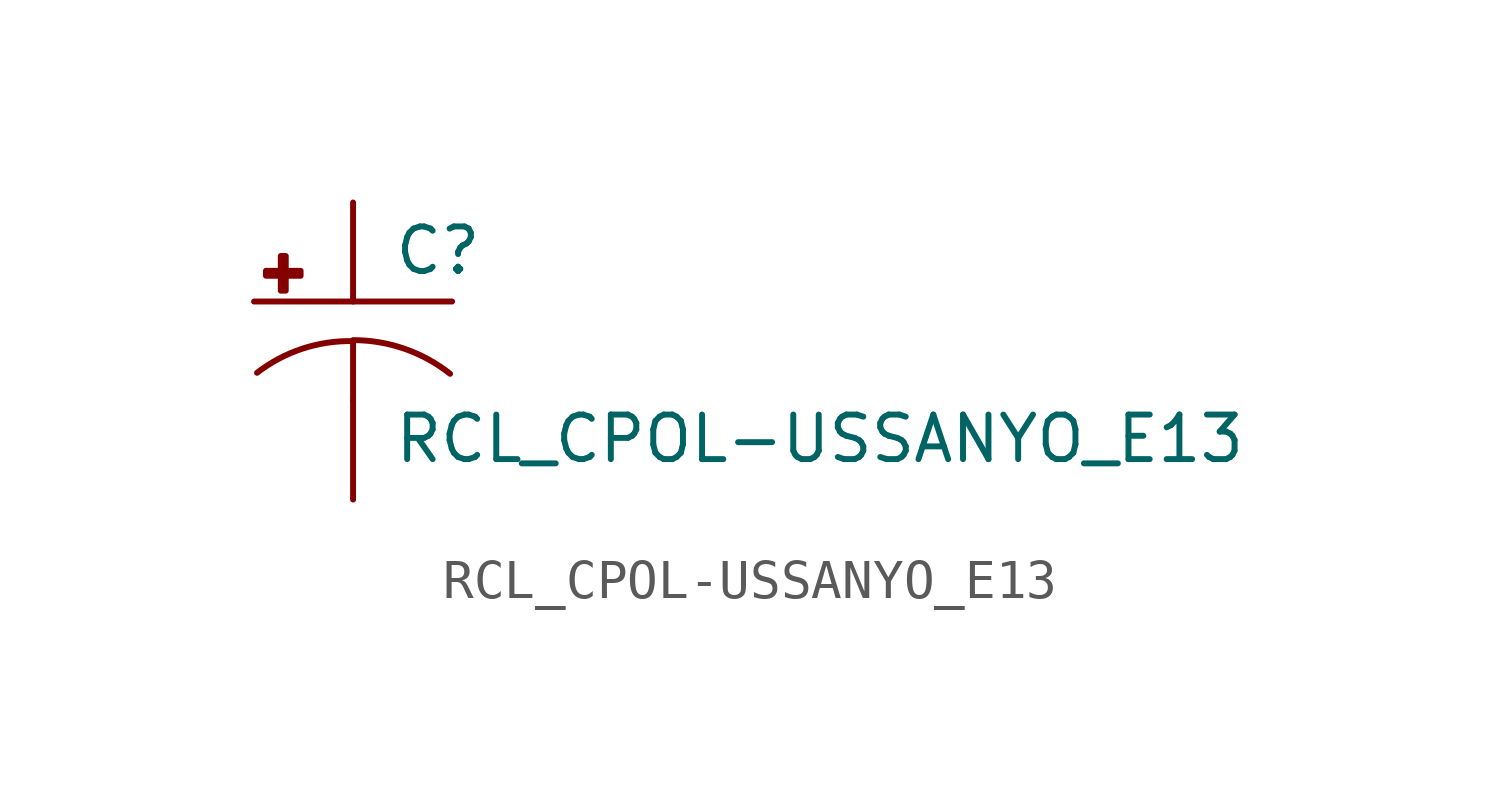
<source format=kicad_sym>
(kicad_symbol_lib
  (version 20210619)
  (generator kicad_symbol_editor)
  (symbol "RCL_CPOL-USSANYO_E13"
    (pin_numbers hide)
    (pin_names
      (offset 1.016) hide)
    (property "Reference" "C"
      (at 1.016 0.635 0)
      (effects (font (size 1.143 1.143)) (justify left bottom)))
    (property "Value" "RCL_CPOL-USSANYO_E13"
      (at 1.016 -4.191 0)
      (effects (font (size 1.143 1.143)) (justify left bottom)))
    (property "ki_locked" ""
      (at 0 0 0)
      (effects (font (size 1.27 1.27))))
    (symbol "RCL_CPOL-USSANYO_E13_1_0"
      (polyline (pts (xy -2.54 0) (xy 2.54 0)) (stroke (width 0)) (fill (type none)))
      (polyline (pts (xy 0 -1.016) (xy 0 -2.54)) (stroke (width 0)) (fill (type none)))
      (polyline (pts (xy 0 -1.016) (xy 0 -1.016)) (stroke (width 0)) (fill (type none))))
    (symbol "RCL_CPOL-USSANYO_E13_1_1"
      (arc (start 0 -1.016) (end -2.4638 -1.8288) (radius (at 0 -5.0546) (length 4.0386) (angles 90.1 127.3)) (stroke (width 0)) (fill (type none)))
      (arc (start 2.4892 -1.8542) (end 0 -0.9906) (radius (at 0 -5.0292) (length 4.0386) (angles 52.3 89.9)) (stroke (width 0)) (fill (type none)))
      (rectangle (start -2.235 0.66) (end -1.346 0.787) (stroke (width 0)) (fill (type outline)))
      (rectangle (start -1.854 0.279) (end -1.727 1.168) (stroke (width 0)) (fill (type outline)))
      (pin passive line (at 0 2.54 270) (length 2.54) (name "+" (effects (font (size 1.016 1.016)))) (number "+" (effects (font (size 1.016 1.016)))))
      (pin passive line (at 0 -5.08 90) (length 2.54) (name "-" (effects (font (size 1.016 1.016)))) (number "-" (effects (font (size 1.016 1.016))))))))
</source>
